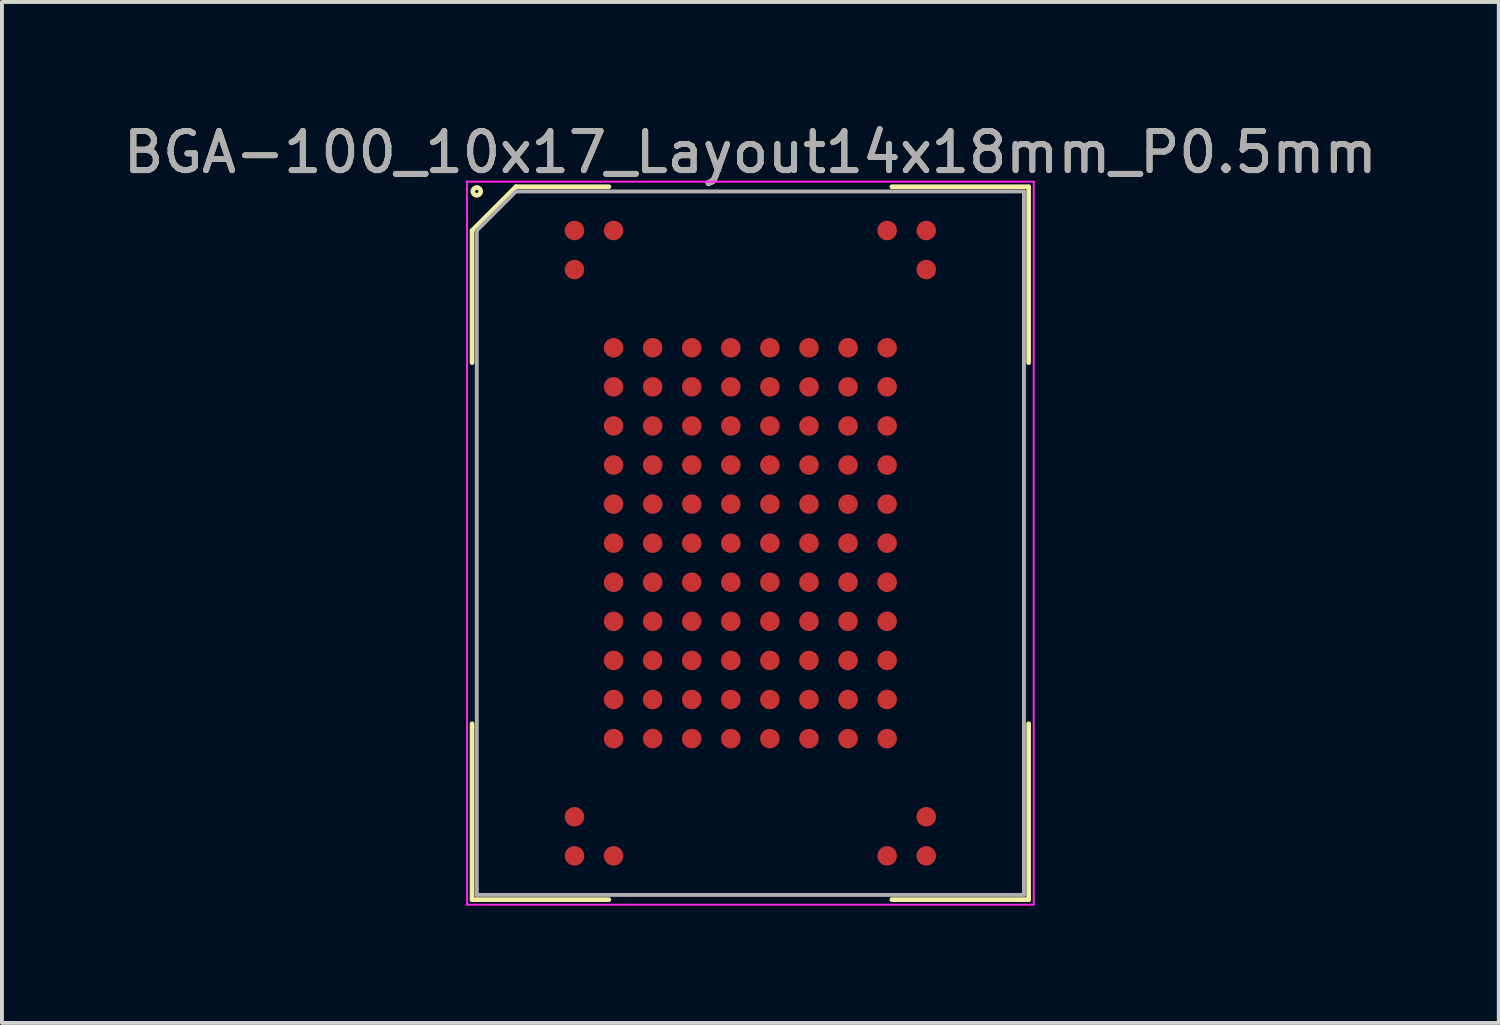
<source format=kicad_pcb>
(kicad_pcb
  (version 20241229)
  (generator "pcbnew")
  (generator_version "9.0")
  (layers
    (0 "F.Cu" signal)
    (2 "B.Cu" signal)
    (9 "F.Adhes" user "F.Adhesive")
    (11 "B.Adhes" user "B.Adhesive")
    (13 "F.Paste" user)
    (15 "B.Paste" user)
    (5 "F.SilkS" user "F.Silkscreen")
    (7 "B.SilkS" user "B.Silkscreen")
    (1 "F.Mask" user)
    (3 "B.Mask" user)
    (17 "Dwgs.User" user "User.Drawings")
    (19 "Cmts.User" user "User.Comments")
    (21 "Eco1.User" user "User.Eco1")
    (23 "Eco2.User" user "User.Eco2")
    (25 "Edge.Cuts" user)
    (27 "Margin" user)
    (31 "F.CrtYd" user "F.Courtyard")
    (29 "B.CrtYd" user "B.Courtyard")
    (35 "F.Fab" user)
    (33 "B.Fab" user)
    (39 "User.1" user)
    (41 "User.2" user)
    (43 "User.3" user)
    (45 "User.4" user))
  (footprint "BGA-100_10x17_Layout14x18mm_P0.5mm"
    (layer "F.Cu")
    (at 16.149 10.848)
    (property "Reference" "BGA-100_10x17_Layout14x18mm_P0.5mm" (at 0 -10 0) (layer "F.SilkS") (effects (font (size 1 1) (thickness 0.15))))
    (attr smd)
    (fp_line (start -7.12 -8) (end -7.12 -4.62) (stroke (width 0.12) (type solid)) (layer "F.SilkS"))
    (fp_line (start -7.12 9.12) (end -7.12 4.62) (stroke (width 0.12) (type solid)) (layer "F.SilkS"))
    (fp_line (start -6 -9.12) (end -7.12 -8) (stroke (width 0.12) (type solid)) (layer "F.SilkS"))
    (fp_line (start -3.62 -9.12) (end -6 -9.12) (stroke (width 0.12) (type solid)) (layer "F.SilkS"))
    (fp_line (start -3.62 9.12) (end -7.12 9.12) (stroke (width 0.12) (type solid)) (layer "F.SilkS"))
    (fp_line (start 3.62 -9.12) (end 7.12 -9.12) (stroke (width 0.12) (type solid)) (layer "F.SilkS"))
    (fp_line (start 3.62 9.12) (end 7.12 9.12) (stroke (width 0.12) (type solid)) (layer "F.SilkS"))
    (fp_line (start 7.12 -9.12) (end 7.12 -4.62) (stroke (width 0.12) (type solid)) (layer "F.SilkS"))
    (fp_line (start 7.12 9.12) (end 7.12 4.62) (stroke (width 0.12) (type solid)) (layer "F.SilkS"))
    (fp_circle (center -7 -9) (end -6.9 -9) (stroke (width 0.12) (type solid)) (fill no) (layer "F.SilkS"))
    (fp_line (start -7.25 -9.25) (end 7.25 -9.25) (stroke (width 0.05) (type solid)) (layer "F.CrtYd"))
    (fp_line (start -7.25 9.25) (end -7.25 -9.25) (stroke (width 0.05) (type solid)) (layer "F.CrtYd"))
    (fp_line (start 7.25 -9.25) (end 7.25 9.25) (stroke (width 0.05) (type solid)) (layer "F.CrtYd"))
    (fp_line (start 7.25 9.25) (end -7.25 9.25) (stroke (width 0.05) (type solid)) (layer "F.CrtYd"))
    (fp_line (start -7 -8) (end -7 9) (stroke (width 0.1) (type solid)) (layer "F.Fab"))
    (fp_line (start -7 9) (end 7 9) (stroke (width 0.1) (type solid)) (layer "F.Fab"))
    (fp_line (start -6 -9) (end -7 -8) (stroke (width 0.1) (type solid)) (layer "F.Fab"))
    (fp_line (start 7 -9) (end -6 -9) (stroke (width 0.1) (type solid)) (layer "F.Fab"))
    (fp_line (start 7 9) (end 7 -9) (stroke (width 0.1) (type solid)) (layer "F.Fab"))
    (fp_text user "${REFERENCE}" (at 0 -10 0) (layer "F.Fab") (effects (font (size 1 1) (thickness 0.15))))
    (pad "A1" smd circle (at -4.5 -8) (size 0.5 0.5) (layers "F.Cu" "F.Mask" "F.Paste"))
    (pad "A2" smd circle (at -3.5 -8) (size 0.5 0.5) (layers "F.Cu" "F.Mask" "F.Paste"))
    (pad "A9" smd circle (at 3.5 -8) (size 0.5 0.5) (layers "F.Cu" "F.Mask" "F.Paste"))
    (pad "A10" smd circle (at 4.5 -8) (size 0.5 0.5) (layers "F.Cu" "F.Mask" "F.Paste"))
    (pad "B1" smd circle (at -4.5 -7) (size 0.5 0.5) (layers "F.Cu" "F.Mask" "F.Paste"))
    (pad "B10" smd circle (at 4.5 -7) (size 0.5 0.5) (layers "F.Cu" "F.Mask" "F.Paste"))
    (pad "D2" smd circle (at -3.5 -5) (size 0.5 0.5) (layers "F.Cu" "F.Mask" "F.Paste"))
    (pad "D3" smd circle (at -2.5 -5) (size 0.5 0.5) (layers "F.Cu" "F.Mask" "F.Paste"))
    (pad "D4" smd circle (at -1.5 -5) (size 0.5 0.5) (layers "F.Cu" "F.Mask" "F.Paste"))
    (pad "D5" smd circle (at -0.5 -5) (size 0.5 0.5) (layers "F.Cu" "F.Mask" "F.Paste"))
    (pad "D6" smd circle (at 0.5 -5) (size 0.5 0.5) (layers "F.Cu" "F.Mask" "F.Paste"))
    (pad "D7" smd circle (at 1.5 -5) (size 0.5 0.5) (layers "F.Cu" "F.Mask" "F.Paste"))
    (pad "D8" smd circle (at 2.5 -5) (size 0.5 0.5) (layers "F.Cu" "F.Mask" "F.Paste"))
    (pad "D9" smd circle (at 3.5 -5) (size 0.5 0.5) (layers "F.Cu" "F.Mask" "F.Paste"))
    (pad "E2" smd circle (at -3.5 -4) (size 0.5 0.5) (layers "F.Cu" "F.Mask" "F.Paste"))
    (pad "E3" smd circle (at -2.5 -4) (size 0.5 0.5) (layers "F.Cu" "F.Mask" "F.Paste"))
    (pad "E4" smd circle (at -1.5 -4) (size 0.5 0.5) (layers "F.Cu" "F.Mask" "F.Paste"))
    (pad "E5" smd circle (at -0.5 -4) (size 0.5 0.5) (layers "F.Cu" "F.Mask" "F.Paste"))
    (pad "E6" smd circle (at 0.5 -4) (size 0.5 0.5) (layers "F.Cu" "F.Mask" "F.Paste"))
    (pad "E7" smd circle (at 1.5 -4) (size 0.5 0.5) (layers "F.Cu" "F.Mask" "F.Paste"))
    (pad "E8" smd circle (at 2.5 -4) (size 0.5 0.5) (layers "F.Cu" "F.Mask" "F.Paste"))
    (pad "E9" smd circle (at 3.5 -4) (size 0.5 0.5) (layers "F.Cu" "F.Mask" "F.Paste"))
    (pad "F2" smd circle (at -3.5 -3) (size 0.5 0.5) (layers "F.Cu" "F.Mask" "F.Paste"))
    (pad "F3" smd circle (at -2.5 -3) (size 0.5 0.5) (layers "F.Cu" "F.Mask" "F.Paste"))
    (pad "F4" smd circle (at -1.5 -3) (size 0.5 0.5) (layers "F.Cu" "F.Mask" "F.Paste"))
    (pad "F5" smd circle (at -0.5 -3) (size 0.5 0.5) (layers "F.Cu" "F.Mask" "F.Paste"))
    (pad "F6" smd circle (at 0.5 -3) (size 0.5 0.5) (layers "F.Cu" "F.Mask" "F.Paste"))
    (pad "F7" smd circle (at 1.5 -3) (size 0.5 0.5) (layers "F.Cu" "F.Mask" "F.Paste"))
    (pad "F8" smd circle (at 2.5 -3) (size 0.5 0.5) (layers "F.Cu" "F.Mask" "F.Paste"))
    (pad "F9" smd circle (at 3.5 -3) (size 0.5 0.5) (layers "F.Cu" "F.Mask" "F.Paste"))
    (pad "G2" smd circle (at -3.5 -2) (size 0.5 0.5) (layers "F.Cu" "F.Mask" "F.Paste"))
    (pad "G3" smd circle (at -2.5 -2) (size 0.5 0.5) (layers "F.Cu" "F.Mask" "F.Paste"))
    (pad "G4" smd circle (at -1.5 -2) (size 0.5 0.5) (layers "F.Cu" "F.Mask" "F.Paste"))
    (pad "G5" smd circle (at -0.5 -2) (size 0.5 0.5) (layers "F.Cu" "F.Mask" "F.Paste"))
    (pad "G6" smd circle (at 0.5 -2) (size 0.5 0.5) (layers "F.Cu" "F.Mask" "F.Paste"))
    (pad "G7" smd circle (at 1.5 -2) (size 0.5 0.5) (layers "F.Cu" "F.Mask" "F.Paste"))
    (pad "G8" smd circle (at 2.5 -2) (size 0.5 0.5) (layers "F.Cu" "F.Mask" "F.Paste"))
    (pad "G9" smd circle (at 3.5 -2) (size 0.5 0.5) (layers "F.Cu" "F.Mask" "F.Paste"))
    (pad "H2" smd circle (at -3.5 -1) (size 0.5 0.5) (layers "F.Cu" "F.Mask" "F.Paste"))
    (pad "H3" smd circle (at -2.5 -1) (size 0.5 0.5) (layers "F.Cu" "F.Mask" "F.Paste"))
    (pad "H4" smd circle (at -1.5 -1) (size 0.5 0.5) (layers "F.Cu" "F.Mask" "F.Paste"))
    (pad "H5" smd circle (at -0.5 -1) (size 0.5 0.5) (layers "F.Cu" "F.Mask" "F.Paste"))
    (pad "H6" smd circle (at 0.5 -1) (size 0.5 0.5) (layers "F.Cu" "F.Mask" "F.Paste"))
    (pad "H7" smd circle (at 1.5 -1) (size 0.5 0.5) (layers "F.Cu" "F.Mask" "F.Paste"))
    (pad "H8" smd circle (at 2.5 -1) (size 0.5 0.5) (layers "F.Cu" "F.Mask" "F.Paste"))
    (pad "H9" smd circle (at 3.5 -1) (size 0.5 0.5) (layers "F.Cu" "F.Mask" "F.Paste"))
    (pad "J2" smd circle (at -3.5 0) (size 0.5 0.5) (layers "F.Cu" "F.Mask" "F.Paste"))
    (pad "J3" smd circle (at -2.5 0) (size 0.5 0.5) (layers "F.Cu" "F.Mask" "F.Paste"))
    (pad "J4" smd circle (at -1.5 0) (size 0.5 0.5) (layers "F.Cu" "F.Mask" "F.Paste"))
    (pad "J5" smd circle (at -0.5 0) (size 0.5 0.5) (layers "F.Cu" "F.Mask" "F.Paste"))
    (pad "J6" smd circle (at 0.5 0) (size 0.5 0.5) (layers "F.Cu" "F.Mask" "F.Paste"))
    (pad "J7" smd circle (at 1.5 0) (size 0.5 0.5) (layers "F.Cu" "F.Mask" "F.Paste"))
    (pad "J8" smd circle (at 2.5 0) (size 0.5 0.5) (layers "F.Cu" "F.Mask" "F.Paste"))
    (pad "J9" smd circle (at 3.5 0) (size 0.5 0.5) (layers "F.Cu" "F.Mask" "F.Paste"))
    (pad "K2" smd circle (at -3.5 1) (size 0.5 0.5) (layers "F.Cu" "F.Mask" "F.Paste"))
    (pad "K3" smd circle (at -2.5 1) (size 0.5 0.5) (layers "F.Cu" "F.Mask" "F.Paste"))
    (pad "K4" smd circle (at -1.5 1) (size 0.5 0.5) (layers "F.Cu" "F.Mask" "F.Paste"))
    (pad "K5" smd circle (at -0.5 1) (size 0.5 0.5) (layers "F.Cu" "F.Mask" "F.Paste"))
    (pad "K6" smd circle (at 0.5 1) (size 0.5 0.5) (layers "F.Cu" "F.Mask" "F.Paste"))
    (pad "K7" smd circle (at 1.5 1) (size 0.5 0.5) (layers "F.Cu" "F.Mask" "F.Paste"))
    (pad "K8" smd circle (at 2.5 1) (size 0.5 0.5) (layers "F.Cu" "F.Mask" "F.Paste"))
    (pad "K9" smd circle (at 3.5 1) (size 0.5 0.5) (layers "F.Cu" "F.Mask" "F.Paste"))
    (pad "L2" smd circle (at -3.5 2) (size 0.5 0.5) (layers "F.Cu" "F.Mask" "F.Paste"))
    (pad "L3" smd circle (at -2.5 2) (size 0.5 0.5) (layers "F.Cu" "F.Mask" "F.Paste"))
    (pad "L4" smd circle (at -1.5 2) (size 0.5 0.5) (layers "F.Cu" "F.Mask" "F.Paste"))
    (pad "L5" smd circle (at -0.5 2) (size 0.5 0.5) (layers "F.Cu" "F.Mask" "F.Paste"))
    (pad "L6" smd circle (at 0.5 2) (size 0.5 0.5) (layers "F.Cu" "F.Mask" "F.Paste"))
    (pad "L7" smd circle (at 1.5 2) (size 0.5 0.5) (layers "F.Cu" "F.Mask" "F.Paste"))
    (pad "L8" smd circle (at 2.5 2) (size 0.5 0.5) (layers "F.Cu" "F.Mask" "F.Paste"))
    (pad "L9" smd circle (at 3.5 2) (size 0.5 0.5) (layers "F.Cu" "F.Mask" "F.Paste"))
    (pad "M2" smd circle (at -3.5 3) (size 0.5 0.5) (layers "F.Cu" "F.Mask" "F.Paste"))
    (pad "M3" smd circle (at -2.5 3) (size 0.5 0.5) (layers "F.Cu" "F.Mask" "F.Paste"))
    (pad "M4" smd circle (at -1.5 3) (size 0.5 0.5) (layers "F.Cu" "F.Mask" "F.Paste"))
    (pad "M5" smd circle (at -0.5 3) (size 0.5 0.5) (layers "F.Cu" "F.Mask" "F.Paste"))
    (pad "M6" smd circle (at 0.5 3) (size 0.5 0.5) (layers "F.Cu" "F.Mask" "F.Paste"))
    (pad "M7" smd circle (at 1.5 3) (size 0.5 0.5) (layers "F.Cu" "F.Mask" "F.Paste"))
    (pad "M8" smd circle (at 2.5 3) (size 0.5 0.5) (layers "F.Cu" "F.Mask" "F.Paste"))
    (pad "M9" smd circle (at 3.5 3) (size 0.5 0.5) (layers "F.Cu" "F.Mask" "F.Paste"))
    (pad "N2" smd circle (at -3.5 4) (size 0.5 0.5) (layers "F.Cu" "F.Mask" "F.Paste"))
    (pad "N3" smd circle (at -2.5 4) (size 0.5 0.5) (layers "F.Cu" "F.Mask" "F.Paste"))
    (pad "N4" smd circle (at -1.5 4) (size 0.5 0.5) (layers "F.Cu" "F.Mask" "F.Paste"))
    (pad "N5" smd circle (at -0.5 4) (size 0.5 0.5) (layers "F.Cu" "F.Mask" "F.Paste"))
    (pad "N6" smd circle (at 0.5 4) (size 0.5 0.5) (layers "F.Cu" "F.Mask" "F.Paste"))
    (pad "N7" smd circle (at 1.5 4) (size 0.5 0.5) (layers "F.Cu" "F.Mask" "F.Paste"))
    (pad "N8" smd circle (at 2.5 4) (size 0.5 0.5) (layers "F.Cu" "F.Mask" "F.Paste"))
    (pad "N9" smd circle (at 3.5 4) (size 0.5 0.5) (layers "F.Cu" "F.Mask" "F.Paste"))
    (pad "P2" smd circle (at -3.5 5) (size 0.5 0.5) (layers "F.Cu" "F.Mask" "F.Paste"))
    (pad "P3" smd circle (at -2.5 5) (size 0.5 0.5) (layers "F.Cu" "F.Mask" "F.Paste"))
    (pad "P4" smd circle (at -1.5 5) (size 0.5 0.5) (layers "F.Cu" "F.Mask" "F.Paste"))
    (pad "P5" smd circle (at -0.5 5) (size 0.5 0.5) (layers "F.Cu" "F.Mask" "F.Paste"))
    (pad "P6" smd circle (at 0.5 5) (size 0.5 0.5) (layers "F.Cu" "F.Mask" "F.Paste"))
    (pad "P7" smd circle (at 1.5 5) (size 0.5 0.5) (layers "F.Cu" "F.Mask" "F.Paste"))
    (pad "P8" smd circle (at 2.5 5) (size 0.5 0.5) (layers "F.Cu" "F.Mask" "F.Paste"))
    (pad "P9" smd circle (at 3.5 5) (size 0.5 0.5) (layers "F.Cu" "F.Mask" "F.Paste"))
    (pad "T1" smd circle (at -4.5 7) (size 0.5 0.5) (layers "F.Cu" "F.Mask" "F.Paste"))
    (pad "T10" smd circle (at 4.5 7) (size 0.5 0.5) (layers "F.Cu" "F.Mask" "F.Paste"))
    (pad "U1" smd circle (at -4.5 8) (size 0.5 0.5) (layers "F.Cu" "F.Mask" "F.Paste"))
    (pad "U2" smd circle (at -3.5 8) (size 0.5 0.5) (layers "F.Cu" "F.Mask" "F.Paste"))
    (pad "U9" smd circle (at 3.5 8) (size 0.5 0.5) (layers "F.Cu" "F.Mask" "F.Paste"))
    (pad "U10" smd circle (at 4.5 8) (size 0.5 0.5) (layers "F.Cu" "F.Mask" "F.Paste")))
  (gr_rect
    (start -3 -3)
    (end 35.298 23.123)
    (stroke (width 0.1) (type default))
    (fill no)
    (layer "Edge.Cuts")))
</source>
